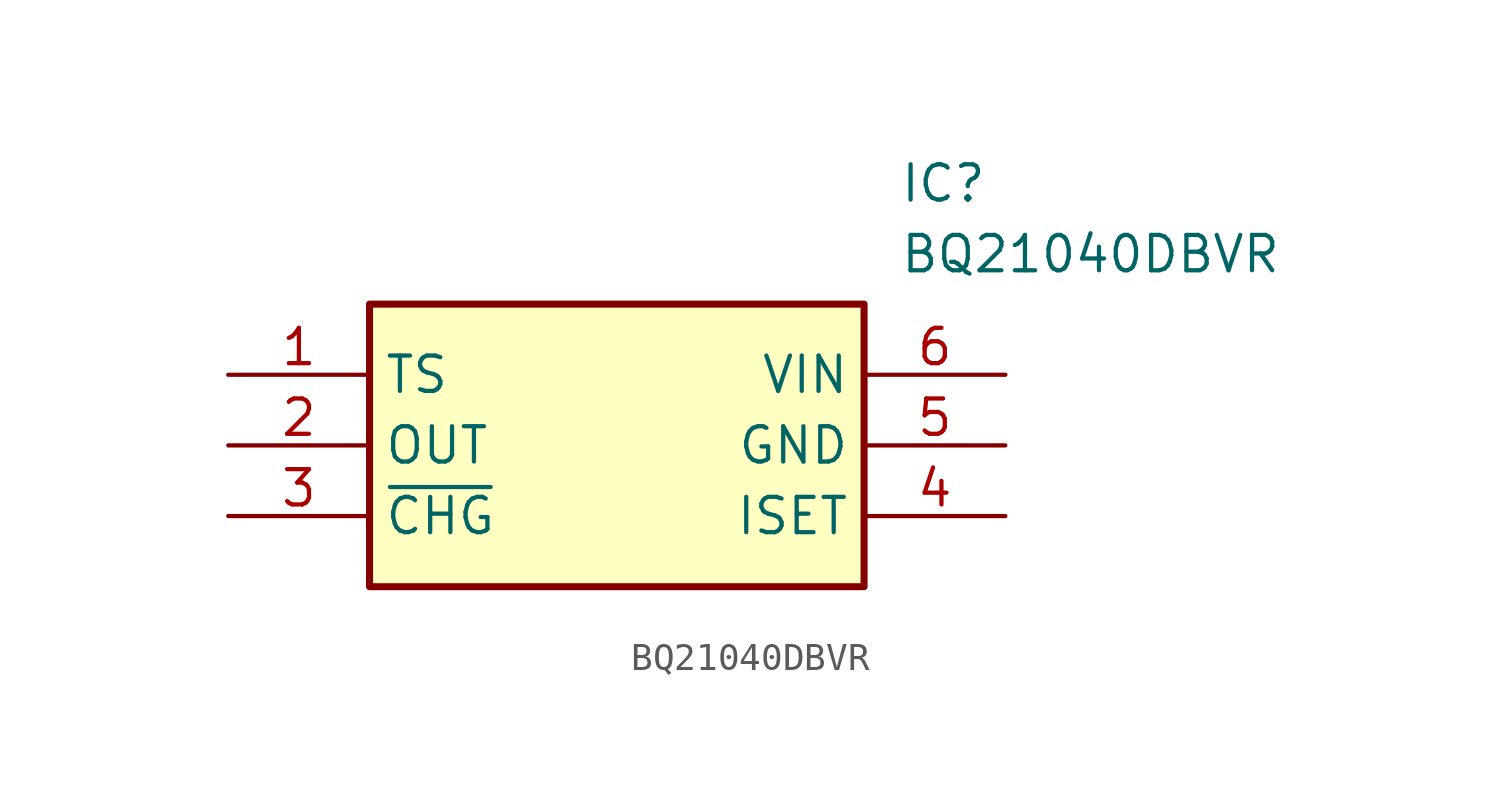
<source format=kicad_sym>
(kicad_symbol_lib
  (version 20211014)
  (generator SamacSys_ECAD_Model)
  (symbol "BQ21040DBVR"
    (property "Reference" "IC"
      (at 24.13 7.62 0)
      (effects (font (size 1.27 1.27)) (justify left top)))
    (property "Value" "BQ21040DBVR"
      (at 24.13 5.08 0)
      (effects (font (size 1.27 1.27)) (justify left top)))
    (rectangle
      (start 5.08 2.54)
      (end 22.86 -7.62)
      (stroke (width 0.254) (type default))
      (fill (type background)))
    (pin input line
      (at 0 0 0)
      (length 5.08)
      (name "TS" (effects (font (size 1.27 1.27))))
      (number "1" (effects (font (size 1.27 1.27)))))
    (pin output line
      (at 0 -2.54 0)
      (length 5.08)
      (name "OUT" (effects (font (size 1.27 1.27))))
      (number "2" (effects (font (size 1.27 1.27)))))
    (pin output line
      (at 0 -5.08 0)
      (length 5.08)
      (name "~{CHG}" (effects (font (size 1.27 1.27))))
      (number "3" (effects (font (size 1.27 1.27)))))
    (pin input line
      (at 27.94 0 180)
      (length 5.08)
      (name "VIN" (effects (font (size 1.27 1.27))))
      (number "6" (effects (font (size 1.27 1.27)))))
    (pin power_in line
      (at 27.94 -2.54 180)
      (length 5.08)
      (name "GND" (effects (font (size 1.27 1.27))))
      (number "5" (effects (font (size 1.27 1.27)))))
    (pin input line
      (at 27.94 -5.08 180)
      (length 5.08)
      (name "ISET" (effects (font (size 1.27 1.27))))
      (number "4" (effects (font (size 1.27 1.27)))))))
</source>
